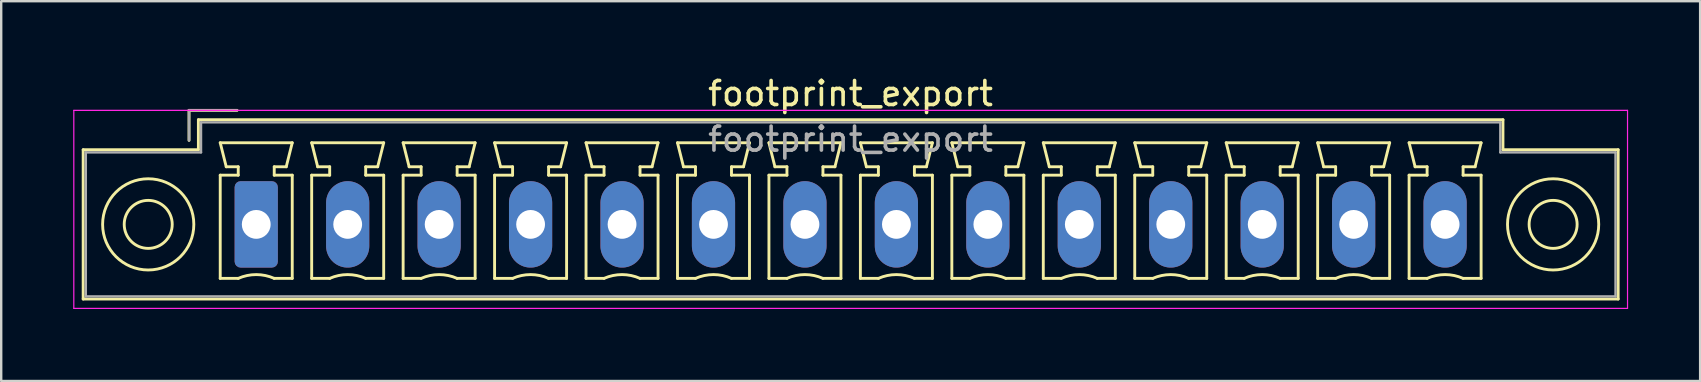
<source format=kicad_pcb>
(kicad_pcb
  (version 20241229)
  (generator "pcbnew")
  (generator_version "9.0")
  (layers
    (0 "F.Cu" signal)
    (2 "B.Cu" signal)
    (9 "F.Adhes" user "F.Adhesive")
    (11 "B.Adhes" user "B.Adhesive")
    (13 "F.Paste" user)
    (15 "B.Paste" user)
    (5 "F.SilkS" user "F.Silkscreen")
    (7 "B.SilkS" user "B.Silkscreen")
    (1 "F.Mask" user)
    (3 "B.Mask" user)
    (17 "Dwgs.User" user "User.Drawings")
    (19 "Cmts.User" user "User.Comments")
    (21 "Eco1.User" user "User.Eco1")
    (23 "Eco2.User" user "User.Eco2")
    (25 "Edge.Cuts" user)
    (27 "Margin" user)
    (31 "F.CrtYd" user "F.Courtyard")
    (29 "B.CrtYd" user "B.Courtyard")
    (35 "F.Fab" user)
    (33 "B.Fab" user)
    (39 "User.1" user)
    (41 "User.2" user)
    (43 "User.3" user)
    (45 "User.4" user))
  (footprint "footprint_export"
    (layer "F.Cu")
    (at 7.625 6.298)
    (property "Reference" "footprint_export" (at 24.76 -5.45 0) (layer "F.SilkS") (effects (font (size 1 1) (thickness 0.15))))
    (attr through_hole)
    (fp_line (start -7.21 -3.11) (end -7.21 3.11) (stroke (width 0.12) (type solid)) (layer "F.SilkS"))
    (fp_line (start -7.21 3.11) (end 56.74 3.11) (stroke (width 0.12) (type solid)) (layer "F.SilkS"))
    (fp_line (start -2.8 -4.75) (end -0.8 -4.75) (stroke (width 0.12) (type solid)) (layer "F.SilkS"))
    (fp_line (start -2.8 -3.5) (end -2.8 -4.75) (stroke (width 0.12) (type solid)) (layer "F.SilkS"))
    (fp_line (start -2.41 -4.36) (end -2.41 -3.11) (stroke (width 0.12) (type solid)) (layer "F.SilkS"))
    (fp_line (start -2.41 -3.11) (end -7.21 -3.11) (stroke (width 0.12) (type solid)) (layer "F.SilkS"))
    (fp_line (start -1.5 -3.4) (end 1.5 -3.4) (stroke (width 0.12) (type solid)) (layer "F.SilkS"))
    (fp_line (start -1.5 -2.05) (end -0.75 -2.05) (stroke (width 0.12) (type solid)) (layer "F.SilkS"))
    (fp_line (start -1.5 2.25) (end -1.5 -2.05) (stroke (width 0.12) (type solid)) (layer "F.SilkS"))
    (fp_line (start -1.25 -2.4) (end -1.5 -3.4) (stroke (width 0.12) (type solid)) (layer "F.SilkS"))
    (fp_line (start -0.75 -2.4) (end -1.25 -2.4) (stroke (width 0.12) (type solid)) (layer "F.SilkS"))
    (fp_line (start -0.75 -2.05) (end -0.75 -2.4) (stroke (width 0.12) (type solid)) (layer "F.SilkS"))
    (fp_line (start -0.75 2.25) (end -1.5 2.25) (stroke (width 0.12) (type solid)) (layer "F.SilkS"))
    (fp_line (start 0.75 -2.4) (end 0.75 -2.05) (stroke (width 0.12) (type solid)) (layer "F.SilkS"))
    (fp_line (start 0.75 -2.05) (end 1.5 -2.05) (stroke (width 0.12) (type solid)) (layer "F.SilkS"))
    (fp_line (start 1.25 -2.4) (end 0.75 -2.4) (stroke (width 0.12) (type solid)) (layer "F.SilkS"))
    (fp_line (start 1.5 -3.4) (end 1.25 -2.4) (stroke (width 0.12) (type solid)) (layer "F.SilkS"))
    (fp_line (start 1.5 -2.05) (end 1.5 2.25) (stroke (width 0.12) (type solid)) (layer "F.SilkS"))
    (fp_line (start 1.5 2.25) (end 0.75 2.25) (stroke (width 0.12) (type solid)) (layer "F.SilkS"))
    (fp_line (start 2.31 -3.4) (end 5.31 -3.4) (stroke (width 0.12) (type solid)) (layer "F.SilkS"))
    (fp_line (start 2.31 -2.05) (end 3.06 -2.05) (stroke (width 0.12) (type solid)) (layer "F.SilkS"))
    (fp_line (start 2.31 2.25) (end 2.31 -2.05) (stroke (width 0.12) (type solid)) (layer "F.SilkS"))
    (fp_line (start 2.56 -2.4) (end 2.31 -3.4) (stroke (width 0.12) (type solid)) (layer "F.SilkS"))
    (fp_line (start 3.06 -2.4) (end 2.56 -2.4) (stroke (width 0.12) (type solid)) (layer "F.SilkS"))
    (fp_line (start 3.06 -2.05) (end 3.06 -2.4) (stroke (width 0.12) (type solid)) (layer "F.SilkS"))
    (fp_line (start 3.06 2.25) (end 2.31 2.25) (stroke (width 0.12) (type solid)) (layer "F.SilkS"))
    (fp_line (start 4.56 -2.4) (end 4.56 -2.05) (stroke (width 0.12) (type solid)) (layer "F.SilkS"))
    (fp_line (start 4.56 -2.05) (end 5.31 -2.05) (stroke (width 0.12) (type solid)) (layer "F.SilkS"))
    (fp_line (start 5.06 -2.4) (end 4.56 -2.4) (stroke (width 0.12) (type solid)) (layer "F.SilkS"))
    (fp_line (start 5.31 -3.4) (end 5.06 -2.4) (stroke (width 0.12) (type solid)) (layer "F.SilkS"))
    (fp_line (start 5.31 -2.05) (end 5.31 2.25) (stroke (width 0.12) (type solid)) (layer "F.SilkS"))
    (fp_line (start 5.31 2.25) (end 4.56 2.25) (stroke (width 0.12) (type solid)) (layer "F.SilkS"))
    (fp_line (start 6.12 -3.4) (end 9.12 -3.4) (stroke (width 0.12) (type solid)) (layer "F.SilkS"))
    (fp_line (start 6.12 -2.05) (end 6.87 -2.05) (stroke (width 0.12) (type solid)) (layer "F.SilkS"))
    (fp_line (start 6.12 2.25) (end 6.12 -2.05) (stroke (width 0.12) (type solid)) (layer "F.SilkS"))
    (fp_line (start 6.37 -2.4) (end 6.12 -3.4) (stroke (width 0.12) (type solid)) (layer "F.SilkS"))
    (fp_line (start 6.87 -2.4) (end 6.37 -2.4) (stroke (width 0.12) (type solid)) (layer "F.SilkS"))
    (fp_line (start 6.87 -2.05) (end 6.87 -2.4) (stroke (width 0.12) (type solid)) (layer "F.SilkS"))
    (fp_line (start 6.87 2.25) (end 6.12 2.25) (stroke (width 0.12) (type solid)) (layer "F.SilkS"))
    (fp_line (start 8.37 -2.4) (end 8.37 -2.05) (stroke (width 0.12) (type solid)) (layer "F.SilkS"))
    (fp_line (start 8.37 -2.05) (end 9.12 -2.05) (stroke (width 0.12) (type solid)) (layer "F.SilkS"))
    (fp_line (start 8.87 -2.4) (end 8.37 -2.4) (stroke (width 0.12) (type solid)) (layer "F.SilkS"))
    (fp_line (start 9.12 -3.4) (end 8.87 -2.4) (stroke (width 0.12) (type solid)) (layer "F.SilkS"))
    (fp_line (start 9.12 -2.05) (end 9.12 2.25) (stroke (width 0.12) (type solid)) (layer "F.SilkS"))
    (fp_line (start 9.12 2.25) (end 8.37 2.25) (stroke (width 0.12) (type solid)) (layer "F.SilkS"))
    (fp_line (start 9.93 -3.4) (end 12.93 -3.4) (stroke (width 0.12) (type solid)) (layer "F.SilkS"))
    (fp_line (start 9.93 -2.05) (end 10.68 -2.05) (stroke (width 0.12) (type solid)) (layer "F.SilkS"))
    (fp_line (start 9.93 2.25) (end 9.93 -2.05) (stroke (width 0.12) (type solid)) (layer "F.SilkS"))
    (fp_line (start 10.18 -2.4) (end 9.93 -3.4) (stroke (width 0.12) (type solid)) (layer "F.SilkS"))
    (fp_line (start 10.68 -2.4) (end 10.18 -2.4) (stroke (width 0.12) (type solid)) (layer "F.SilkS"))
    (fp_line (start 10.68 -2.05) (end 10.68 -2.4) (stroke (width 0.12) (type solid)) (layer "F.SilkS"))
    (fp_line (start 10.68 2.25) (end 9.93 2.25) (stroke (width 0.12) (type solid)) (layer "F.SilkS"))
    (fp_line (start 12.18 -2.4) (end 12.18 -2.05) (stroke (width 0.12) (type solid)) (layer "F.SilkS"))
    (fp_line (start 12.18 -2.05) (end 12.93 -2.05) (stroke (width 0.12) (type solid)) (layer "F.SilkS"))
    (fp_line (start 12.68 -2.4) (end 12.18 -2.4) (stroke (width 0.12) (type solid)) (layer "F.SilkS"))
    (fp_line (start 12.93 -3.4) (end 12.68 -2.4) (stroke (width 0.12) (type solid)) (layer "F.SilkS"))
    (fp_line (start 12.93 -2.05) (end 12.93 2.25) (stroke (width 0.12) (type solid)) (layer "F.SilkS"))
    (fp_line (start 12.93 2.25) (end 12.18 2.25) (stroke (width 0.12) (type solid)) (layer "F.SilkS"))
    (fp_line (start 13.74 -3.4) (end 16.74 -3.4) (stroke (width 0.12) (type solid)) (layer "F.SilkS"))
    (fp_line (start 13.74 -2.05) (end 14.49 -2.05) (stroke (width 0.12) (type solid)) (layer "F.SilkS"))
    (fp_line (start 13.74 2.25) (end 13.74 -2.05) (stroke (width 0.12) (type solid)) (layer "F.SilkS"))
    (fp_line (start 13.99 -2.4) (end 13.74 -3.4) (stroke (width 0.12) (type solid)) (layer "F.SilkS"))
    (fp_line (start 14.49 -2.4) (end 13.99 -2.4) (stroke (width 0.12) (type solid)) (layer "F.SilkS"))
    (fp_line (start 14.49 -2.05) (end 14.49 -2.4) (stroke (width 0.12) (type solid)) (layer "F.SilkS"))
    (fp_line (start 14.49 2.25) (end 13.74 2.25) (stroke (width 0.12) (type solid)) (layer "F.SilkS"))
    (fp_line (start 15.99 -2.4) (end 15.99 -2.05) (stroke (width 0.12) (type solid)) (layer "F.SilkS"))
    (fp_line (start 15.99 -2.05) (end 16.74 -2.05) (stroke (width 0.12) (type solid)) (layer "F.SilkS"))
    (fp_line (start 16.49 -2.4) (end 15.99 -2.4) (stroke (width 0.12) (type solid)) (layer "F.SilkS"))
    (fp_line (start 16.74 -3.4) (end 16.49 -2.4) (stroke (width 0.12) (type solid)) (layer "F.SilkS"))
    (fp_line (start 16.74 -2.05) (end 16.74 2.25) (stroke (width 0.12) (type solid)) (layer "F.SilkS"))
    (fp_line (start 16.74 2.25) (end 15.99 2.25) (stroke (width 0.12) (type solid)) (layer "F.SilkS"))
    (fp_line (start 17.55 -3.4) (end 20.55 -3.4) (stroke (width 0.12) (type solid)) (layer "F.SilkS"))
    (fp_line (start 17.55 -2.05) (end 18.3 -2.05) (stroke (width 0.12) (type solid)) (layer "F.SilkS"))
    (fp_line (start 17.55 2.25) (end 17.55 -2.05) (stroke (width 0.12) (type solid)) (layer "F.SilkS"))
    (fp_line (start 17.8 -2.4) (end 17.55 -3.4) (stroke (width 0.12) (type solid)) (layer "F.SilkS"))
    (fp_line (start 18.3 -2.4) (end 17.8 -2.4) (stroke (width 0.12) (type solid)) (layer "F.SilkS"))
    (fp_line (start 18.3 -2.05) (end 18.3 -2.4) (stroke (width 0.12) (type solid)) (layer "F.SilkS"))
    (fp_line (start 18.3 2.25) (end 17.55 2.25) (stroke (width 0.12) (type solid)) (layer "F.SilkS"))
    (fp_line (start 19.8 -2.4) (end 19.8 -2.05) (stroke (width 0.12) (type solid)) (layer "F.SilkS"))
    (fp_line (start 19.8 -2.05) (end 20.55 -2.05) (stroke (width 0.12) (type solid)) (layer "F.SilkS"))
    (fp_line (start 20.3 -2.4) (end 19.8 -2.4) (stroke (width 0.12) (type solid)) (layer "F.SilkS"))
    (fp_line (start 20.55 -3.4) (end 20.3 -2.4) (stroke (width 0.12) (type solid)) (layer "F.SilkS"))
    (fp_line (start 20.55 -2.05) (end 20.55 2.25) (stroke (width 0.12) (type solid)) (layer "F.SilkS"))
    (fp_line (start 20.55 2.25) (end 19.8 2.25) (stroke (width 0.12) (type solid)) (layer "F.SilkS"))
    (fp_line (start 21.36 -3.4) (end 24.36 -3.4) (stroke (width 0.12) (type solid)) (layer "F.SilkS"))
    (fp_line (start 21.36 -2.05) (end 22.11 -2.05) (stroke (width 0.12) (type solid)) (layer "F.SilkS"))
    (fp_line (start 21.36 2.25) (end 21.36 -2.05) (stroke (width 0.12) (type solid)) (layer "F.SilkS"))
    (fp_line (start 21.61 -2.4) (end 21.36 -3.4) (stroke (width 0.12) (type solid)) (layer "F.SilkS"))
    (fp_line (start 22.11 -2.4) (end 21.61 -2.4) (stroke (width 0.12) (type solid)) (layer "F.SilkS"))
    (fp_line (start 22.11 -2.05) (end 22.11 -2.4) (stroke (width 0.12) (type solid)) (layer "F.SilkS"))
    (fp_line (start 22.11 2.25) (end 21.36 2.25) (stroke (width 0.12) (type solid)) (layer "F.SilkS"))
    (fp_line (start 23.61 -2.4) (end 23.61 -2.05) (stroke (width 0.12) (type solid)) (layer "F.SilkS"))
    (fp_line (start 23.61 -2.05) (end 24.36 -2.05) (stroke (width 0.12) (type solid)) (layer "F.SilkS"))
    (fp_line (start 24.11 -2.4) (end 23.61 -2.4) (stroke (width 0.12) (type solid)) (layer "F.SilkS"))
    (fp_line (start 24.36 -3.4) (end 24.11 -2.4) (stroke (width 0.12) (type solid)) (layer "F.SilkS"))
    (fp_line (start 24.36 -2.05) (end 24.36 2.25) (stroke (width 0.12) (type solid)) (layer "F.SilkS"))
    (fp_line (start 24.36 2.25) (end 23.61 2.25) (stroke (width 0.12) (type solid)) (layer "F.SilkS"))
    (fp_line (start 25.17 -3.4) (end 28.17 -3.4) (stroke (width 0.12) (type solid)) (layer "F.SilkS"))
    (fp_line (start 25.17 -2.05) (end 25.92 -2.05) (stroke (width 0.12) (type solid)) (layer "F.SilkS"))
    (fp_line (start 25.17 2.25) (end 25.17 -2.05) (stroke (width 0.12) (type solid)) (layer "F.SilkS"))
    (fp_line (start 25.42 -2.4) (end 25.17 -3.4) (stroke (width 0.12) (type solid)) (layer "F.SilkS"))
    (fp_line (start 25.92 -2.4) (end 25.42 -2.4) (stroke (width 0.12) (type solid)) (layer "F.SilkS"))
    (fp_line (start 25.92 -2.05) (end 25.92 -2.4) (stroke (width 0.12) (type solid)) (layer "F.SilkS"))
    (fp_line (start 25.92 2.25) (end 25.17 2.25) (stroke (width 0.12) (type solid)) (layer "F.SilkS"))
    (fp_line (start 27.42 -2.4) (end 27.42 -2.05) (stroke (width 0.12) (type solid)) (layer "F.SilkS"))
    (fp_line (start 27.42 -2.05) (end 28.17 -2.05) (stroke (width 0.12) (type solid)) (layer "F.SilkS"))
    (fp_line (start 27.92 -2.4) (end 27.42 -2.4) (stroke (width 0.12) (type solid)) (layer "F.SilkS"))
    (fp_line (start 28.17 -3.4) (end 27.92 -2.4) (stroke (width 0.12) (type solid)) (layer "F.SilkS"))
    (fp_line (start 28.17 -2.05) (end 28.17 2.25) (stroke (width 0.12) (type solid)) (layer "F.SilkS"))
    (fp_line (start 28.17 2.25) (end 27.42 2.25) (stroke (width 0.12) (type solid)) (layer "F.SilkS"))
    (fp_line (start 28.98 -3.4) (end 31.98 -3.4) (stroke (width 0.12) (type solid)) (layer "F.SilkS"))
    (fp_line (start 28.98 -2.05) (end 29.73 -2.05) (stroke (width 0.12) (type solid)) (layer "F.SilkS"))
    (fp_line (start 28.98 2.25) (end 28.98 -2.05) (stroke (width 0.12) (type solid)) (layer "F.SilkS"))
    (fp_line (start 29.23 -2.4) (end 28.98 -3.4) (stroke (width 0.12) (type solid)) (layer "F.SilkS"))
    (fp_line (start 29.73 -2.4) (end 29.23 -2.4) (stroke (width 0.12) (type solid)) (layer "F.SilkS"))
    (fp_line (start 29.73 -2.05) (end 29.73 -2.4) (stroke (width 0.12) (type solid)) (layer "F.SilkS"))
    (fp_line (start 29.73 2.25) (end 28.98 2.25) (stroke (width 0.12) (type solid)) (layer "F.SilkS"))
    (fp_line (start 31.23 -2.4) (end 31.23 -2.05) (stroke (width 0.12) (type solid)) (layer "F.SilkS"))
    (fp_line (start 31.23 -2.05) (end 31.98 -2.05) (stroke (width 0.12) (type solid)) (layer "F.SilkS"))
    (fp_line (start 31.73 -2.4) (end 31.23 -2.4) (stroke (width 0.12) (type solid)) (layer "F.SilkS"))
    (fp_line (start 31.98 -3.4) (end 31.73 -2.4) (stroke (width 0.12) (type solid)) (layer "F.SilkS"))
    (fp_line (start 31.98 -2.05) (end 31.98 2.25) (stroke (width 0.12) (type solid)) (layer "F.SilkS"))
    (fp_line (start 31.98 2.25) (end 31.23 2.25) (stroke (width 0.12) (type solid)) (layer "F.SilkS"))
    (fp_line (start 32.79 -3.4) (end 35.79 -3.4) (stroke (width 0.12) (type solid)) (layer "F.SilkS"))
    (fp_line (start 32.79 -2.05) (end 33.54 -2.05) (stroke (width 0.12) (type solid)) (layer "F.SilkS"))
    (fp_line (start 32.79 2.25) (end 32.79 -2.05) (stroke (width 0.12) (type solid)) (layer "F.SilkS"))
    (fp_line (start 33.04 -2.4) (end 32.79 -3.4) (stroke (width 0.12) (type solid)) (layer "F.SilkS"))
    (fp_line (start 33.54 -2.4) (end 33.04 -2.4) (stroke (width 0.12) (type solid)) (layer "F.SilkS"))
    (fp_line (start 33.54 -2.05) (end 33.54 -2.4) (stroke (width 0.12) (type solid)) (layer "F.SilkS"))
    (fp_line (start 33.54 2.25) (end 32.79 2.25) (stroke (width 0.12) (type solid)) (layer "F.SilkS"))
    (fp_line (start 35.04 -2.4) (end 35.04 -2.05) (stroke (width 0.12) (type solid)) (layer "F.SilkS"))
    (fp_line (start 35.04 -2.05) (end 35.79 -2.05) (stroke (width 0.12) (type solid)) (layer "F.SilkS"))
    (fp_line (start 35.54 -2.4) (end 35.04 -2.4) (stroke (width 0.12) (type solid)) (layer "F.SilkS"))
    (fp_line (start 35.79 -3.4) (end 35.54 -2.4) (stroke (width 0.12) (type solid)) (layer "F.SilkS"))
    (fp_line (start 35.79 -2.05) (end 35.79 2.25) (stroke (width 0.12) (type solid)) (layer "F.SilkS"))
    (fp_line (start 35.79 2.25) (end 35.04 2.25) (stroke (width 0.12) (type solid)) (layer "F.SilkS"))
    (fp_line (start 36.6 -3.4) (end 39.6 -3.4) (stroke (width 0.12) (type solid)) (layer "F.SilkS"))
    (fp_line (start 36.6 -2.05) (end 37.35 -2.05) (stroke (width 0.12) (type solid)) (layer "F.SilkS"))
    (fp_line (start 36.6 2.25) (end 36.6 -2.05) (stroke (width 0.12) (type solid)) (layer "F.SilkS"))
    (fp_line (start 36.85 -2.4) (end 36.6 -3.4) (stroke (width 0.12) (type solid)) (layer "F.SilkS"))
    (fp_line (start 37.35 -2.4) (end 36.85 -2.4) (stroke (width 0.12) (type solid)) (layer "F.SilkS"))
    (fp_line (start 37.35 -2.05) (end 37.35 -2.4) (stroke (width 0.12) (type solid)) (layer "F.SilkS"))
    (fp_line (start 37.35 2.25) (end 36.6 2.25) (stroke (width 0.12) (type solid)) (layer "F.SilkS"))
    (fp_line (start 38.85 -2.4) (end 38.85 -2.05) (stroke (width 0.12) (type solid)) (layer "F.SilkS"))
    (fp_line (start 38.85 -2.05) (end 39.6 -2.05) (stroke (width 0.12) (type solid)) (layer "F.SilkS"))
    (fp_line (start 39.35 -2.4) (end 38.85 -2.4) (stroke (width 0.12) (type solid)) (layer "F.SilkS"))
    (fp_line (start 39.6 -3.4) (end 39.35 -2.4) (stroke (width 0.12) (type solid)) (layer "F.SilkS"))
    (fp_line (start 39.6 -2.05) (end 39.6 2.25) (stroke (width 0.12) (type solid)) (layer "F.SilkS"))
    (fp_line (start 39.6 2.25) (end 38.85 2.25) (stroke (width 0.12) (type solid)) (layer "F.SilkS"))
    (fp_line (start 40.41 -3.4) (end 43.41 -3.4) (stroke (width 0.12) (type solid)) (layer "F.SilkS"))
    (fp_line (start 40.41 -2.05) (end 41.16 -2.05) (stroke (width 0.12) (type solid)) (layer "F.SilkS"))
    (fp_line (start 40.41 2.25) (end 40.41 -2.05) (stroke (width 0.12) (type solid)) (layer "F.SilkS"))
    (fp_line (start 40.66 -2.4) (end 40.41 -3.4) (stroke (width 0.12) (type solid)) (layer "F.SilkS"))
    (fp_line (start 41.16 -2.4) (end 40.66 -2.4) (stroke (width 0.12) (type solid)) (layer "F.SilkS"))
    (fp_line (start 41.16 -2.05) (end 41.16 -2.4) (stroke (width 0.12) (type solid)) (layer "F.SilkS"))
    (fp_line (start 41.16 2.25) (end 40.41 2.25) (stroke (width 0.12) (type solid)) (layer "F.SilkS"))
    (fp_line (start 42.66 -2.4) (end 42.66 -2.05) (stroke (width 0.12) (type solid)) (layer "F.SilkS"))
    (fp_line (start 42.66 -2.05) (end 43.41 -2.05) (stroke (width 0.12) (type solid)) (layer "F.SilkS"))
    (fp_line (start 43.16 -2.4) (end 42.66 -2.4) (stroke (width 0.12) (type solid)) (layer "F.SilkS"))
    (fp_line (start 43.41 -3.4) (end 43.16 -2.4) (stroke (width 0.12) (type solid)) (layer "F.SilkS"))
    (fp_line (start 43.41 -2.05) (end 43.41 2.25) (stroke (width 0.12) (type solid)) (layer "F.SilkS"))
    (fp_line (start 43.41 2.25) (end 42.66 2.25) (stroke (width 0.12) (type solid)) (layer "F.SilkS"))
    (fp_line (start 44.22 -3.4) (end 47.22 -3.4) (stroke (width 0.12) (type solid)) (layer "F.SilkS"))
    (fp_line (start 44.22 -2.05) (end 44.97 -2.05) (stroke (width 0.12) (type solid)) (layer "F.SilkS"))
    (fp_line (start 44.22 2.25) (end 44.22 -2.05) (stroke (width 0.12) (type solid)) (layer "F.SilkS"))
    (fp_line (start 44.47 -2.4) (end 44.22 -3.4) (stroke (width 0.12) (type solid)) (layer "F.SilkS"))
    (fp_line (start 44.97 -2.4) (end 44.47 -2.4) (stroke (width 0.12) (type solid)) (layer "F.SilkS"))
    (fp_line (start 44.97 -2.05) (end 44.97 -2.4) (stroke (width 0.12) (type solid)) (layer "F.SilkS"))
    (fp_line (start 44.97 2.25) (end 44.22 2.25) (stroke (width 0.12) (type solid)) (layer "F.SilkS"))
    (fp_line (start 46.47 -2.4) (end 46.47 -2.05) (stroke (width 0.12) (type solid)) (layer "F.SilkS"))
    (fp_line (start 46.47 -2.05) (end 47.22 -2.05) (stroke (width 0.12) (type solid)) (layer "F.SilkS"))
    (fp_line (start 46.97 -2.4) (end 46.47 -2.4) (stroke (width 0.12) (type solid)) (layer "F.SilkS"))
    (fp_line (start 47.22 -3.4) (end 46.97 -2.4) (stroke (width 0.12) (type solid)) (layer "F.SilkS"))
    (fp_line (start 47.22 -2.05) (end 47.22 2.25) (stroke (width 0.12) (type solid)) (layer "F.SilkS"))
    (fp_line (start 47.22 2.25) (end 46.47 2.25) (stroke (width 0.12) (type solid)) (layer "F.SilkS"))
    (fp_line (start 48.03 -3.4) (end 51.03 -3.4) (stroke (width 0.12) (type solid)) (layer "F.SilkS"))
    (fp_line (start 48.03 -2.05) (end 48.78 -2.05) (stroke (width 0.12) (type solid)) (layer "F.SilkS"))
    (fp_line (start 48.03 2.25) (end 48.03 -2.05) (stroke (width 0.12) (type solid)) (layer "F.SilkS"))
    (fp_line (start 48.28 -2.4) (end 48.03 -3.4) (stroke (width 0.12) (type solid)) (layer "F.SilkS"))
    (fp_line (start 48.78 -2.4) (end 48.28 -2.4) (stroke (width 0.12) (type solid)) (layer "F.SilkS"))
    (fp_line (start 48.78 -2.05) (end 48.78 -2.4) (stroke (width 0.12) (type solid)) (layer "F.SilkS"))
    (fp_line (start 48.78 2.25) (end 48.03 2.25) (stroke (width 0.12) (type solid)) (layer "F.SilkS"))
    (fp_line (start 50.28 -2.4) (end 50.28 -2.05) (stroke (width 0.12) (type solid)) (layer "F.SilkS"))
    (fp_line (start 50.28 -2.05) (end 51.03 -2.05) (stroke (width 0.12) (type solid)) (layer "F.SilkS"))
    (fp_line (start 50.78 -2.4) (end 50.28 -2.4) (stroke (width 0.12) (type solid)) (layer "F.SilkS"))
    (fp_line (start 51.03 -3.4) (end 50.78 -2.4) (stroke (width 0.12) (type solid)) (layer "F.SilkS"))
    (fp_line (start 51.03 -2.05) (end 51.03 2.25) (stroke (width 0.12) (type solid)) (layer "F.SilkS"))
    (fp_line (start 51.03 2.25) (end 50.28 2.25) (stroke (width 0.12) (type solid)) (layer "F.SilkS"))
    (fp_line (start 51.94 -4.36) (end -2.41 -4.36) (stroke (width 0.12) (type solid)) (layer "F.SilkS"))
    (fp_line (start 51.94 -3.11) (end 51.94 -4.36) (stroke (width 0.12) (type solid)) (layer "F.SilkS"))
    (fp_line (start 56.74 -3.11) (end 51.94 -3.11) (stroke (width 0.12) (type solid)) (layer "F.SilkS"))
    (fp_line (start 56.74 3.11) (end 56.74 -3.11) (stroke (width 0.12) (type solid)) (layer "F.SilkS"))
    (fp_arc (start -0.75 2.25) (mid -0.000193 2.09191) (end 0.749647 2.249844) (stroke (width 0.12) (type solid)) (layer "F.SilkS"))
    (fp_arc (start 3.06 2.25) (mid 3.809807 2.09191) (end 4.559647 2.249844) (stroke (width 0.12) (type solid)) (layer "F.SilkS"))
    (fp_arc (start 6.87 2.25) (mid 7.619807 2.09191) (end 8.369647 2.249844) (stroke (width 0.12) (type solid)) (layer "F.SilkS"))
    (fp_arc (start 10.68 2.25) (mid 11.429807 2.09191) (end 12.179647 2.249844) (stroke (width 0.12) (type solid)) (layer "F.SilkS"))
    (fp_arc (start 14.49 2.25) (mid 15.239807 2.09191) (end 15.989647 2.249844) (stroke (width 0.12) (type solid)) (layer "F.SilkS"))
    (fp_arc (start 18.3 2.25) (mid 19.049807 2.09191) (end 19.799647 2.249844) (stroke (width 0.12) (type solid)) (layer "F.SilkS"))
    (fp_arc (start 22.11 2.25) (mid 22.859807 2.09191) (end 23.609647 2.249844) (stroke (width 0.12) (type solid)) (layer "F.SilkS"))
    (fp_arc (start 25.92 2.25) (mid 26.669807 2.09191) (end 27.419647 2.249844) (stroke (width 0.12) (type solid)) (layer "F.SilkS"))
    (fp_arc (start 29.73 2.25) (mid 30.479807 2.09191) (end 31.229647 2.249844) (stroke (width 0.12) (type solid)) (layer "F.SilkS"))
    (fp_arc (start 33.54 2.25) (mid 34.289807 2.09191) (end 35.039647 2.249844) (stroke (width 0.12) (type solid)) (layer "F.SilkS"))
    (fp_arc (start 37.35 2.25) (mid 38.099807 2.09191) (end 38.849647 2.249844) (stroke (width 0.12) (type solid)) (layer "F.SilkS"))
    (fp_arc (start 41.16 2.25) (mid 41.909807 2.09191) (end 42.659647 2.249844) (stroke (width 0.12) (type solid)) (layer "F.SilkS"))
    (fp_arc (start 44.97 2.25) (mid 45.719807 2.09191) (end 46.469647 2.249844) (stroke (width 0.12) (type solid)) (layer "F.SilkS"))
    (fp_arc (start 48.78 2.25) (mid 49.529807 2.09191) (end 50.279647 2.249844) (stroke (width 0.12) (type solid)) (layer "F.SilkS"))
    (fp_circle (center -4.5 0) (end -3.5 0) (stroke (width 0.12) (type solid)) (fill no) (layer "F.SilkS"))
    (fp_circle (center -4.5 0) (end -2.6 0) (stroke (width 0.12) (type solid)) (fill no) (layer "F.SilkS"))
    (fp_circle (center 54.03 0) (end 55.03 0) (stroke (width 0.12) (type solid)) (fill no) (layer "F.SilkS"))
    (fp_circle (center 54.03 0) (end 55.93 0) (stroke (width 0.12) (type solid)) (fill no) (layer "F.SilkS"))
    (fp_line (start -7.6 -4.75) (end -7.6 3.5) (stroke (width 0.05) (type solid)) (layer "F.CrtYd"))
    (fp_line (start -7.6 3.5) (end 57.13 3.5) (stroke (width 0.05) (type solid)) (layer "F.CrtYd"))
    (fp_line (start 57.13 -4.75) (end -7.6 -4.75) (stroke (width 0.05) (type solid)) (layer "F.CrtYd"))
    (fp_line (start 57.13 3.5) (end 57.13 -4.75) (stroke (width 0.05) (type solid)) (layer "F.CrtYd"))
    (fp_line (start -7.1 -3) (end -7.1 3) (stroke (width 0.1) (type solid)) (layer "F.Fab"))
    (fp_line (start -7.1 3) (end 56.63 3) (stroke (width 0.1) (type solid)) (layer "F.Fab"))
    (fp_line (start -2.8 -4.75) (end -0.8 -4.75) (stroke (width 0.1) (type solid)) (layer "F.Fab"))
    (fp_line (start -2.8 -3.5) (end -2.8 -4.75) (stroke (width 0.1) (type solid)) (layer "F.Fab"))
    (fp_line (start -2.3 -4.25) (end -2.3 -3) (stroke (width 0.1) (type solid)) (layer "F.Fab"))
    (fp_line (start -2.3 -3) (end -7.1 -3) (stroke (width 0.1) (type solid)) (layer "F.Fab"))
    (fp_line (start 51.83 -4.25) (end -2.3 -4.25) (stroke (width 0.1) (type solid)) (layer "F.Fab"))
    (fp_line (start 51.83 -3) (end 51.83 -4.25) (stroke (width 0.1) (type solid)) (layer "F.Fab"))
    (fp_line (start 56.63 -3) (end 51.83 -3) (stroke (width 0.1) (type solid)) (layer "F.Fab"))
    (fp_line (start 56.63 3) (end 56.63 -3) (stroke (width 0.1) (type solid)) (layer "F.Fab"))
    (fp_text user "${REFERENCE}" (at 24.76 -3.55 0) (layer "F.Fab") (effects (font (size 1 1) (thickness 0.15))))
    (pad "1" thru_hole roundrect (at 0 0) (size 1.8 3.6) (drill 1.2) (layers "*.Cu" "*.Mask") (roundrect_rratio 0.139))
    (pad "2" thru_hole oval (at 3.81 0) (size 1.8 3.6) (drill 1.2) (layers "*.Cu" "*.Mask"))
    (pad "3" thru_hole oval (at 7.62 0) (size 1.8 3.6) (drill 1.2) (layers "*.Cu" "*.Mask"))
    (pad "4" thru_hole oval (at 11.43 0) (size 1.8 3.6) (drill 1.2) (layers "*.Cu" "*.Mask"))
    (pad "5" thru_hole oval (at 15.24 0) (size 1.8 3.6) (drill 1.2) (layers "*.Cu" "*.Mask"))
    (pad "6" thru_hole oval (at 19.05 0) (size 1.8 3.6) (drill 1.2) (layers "*.Cu" "*.Mask"))
    (pad "7" thru_hole oval (at 22.86 0) (size 1.8 3.6) (drill 1.2) (layers "*.Cu" "*.Mask"))
    (pad "8" thru_hole oval (at 26.67 0) (size 1.8 3.6) (drill 1.2) (layers "*.Cu" "*.Mask"))
    (pad "9" thru_hole oval (at 30.48 0) (size 1.8 3.6) (drill 1.2) (layers "*.Cu" "*.Mask"))
    (pad "10" thru_hole oval (at 34.29 0) (size 1.8 3.6) (drill 1.2) (layers "*.Cu" "*.Mask"))
    (pad "11" thru_hole oval (at 38.1 0) (size 1.8 3.6) (drill 1.2) (layers "*.Cu" "*.Mask"))
    (pad "12" thru_hole oval (at 41.91 0) (size 1.8 3.6) (drill 1.2) (layers "*.Cu" "*.Mask"))
    (pad "13" thru_hole oval (at 45.72 0) (size 1.8 3.6) (drill 1.2) (layers "*.Cu" "*.Mask"))
    (pad "14" thru_hole oval (at 49.53 0) (size 1.8 3.6) (drill 1.2) (layers "*.Cu" "*.Mask")))
  (gr_rect
    (start -3 -3)
    (end 67.78 12.823)
    (stroke (width 0.1) (type default))
    (fill no)
    (layer "Edge.Cuts")))
</source>
